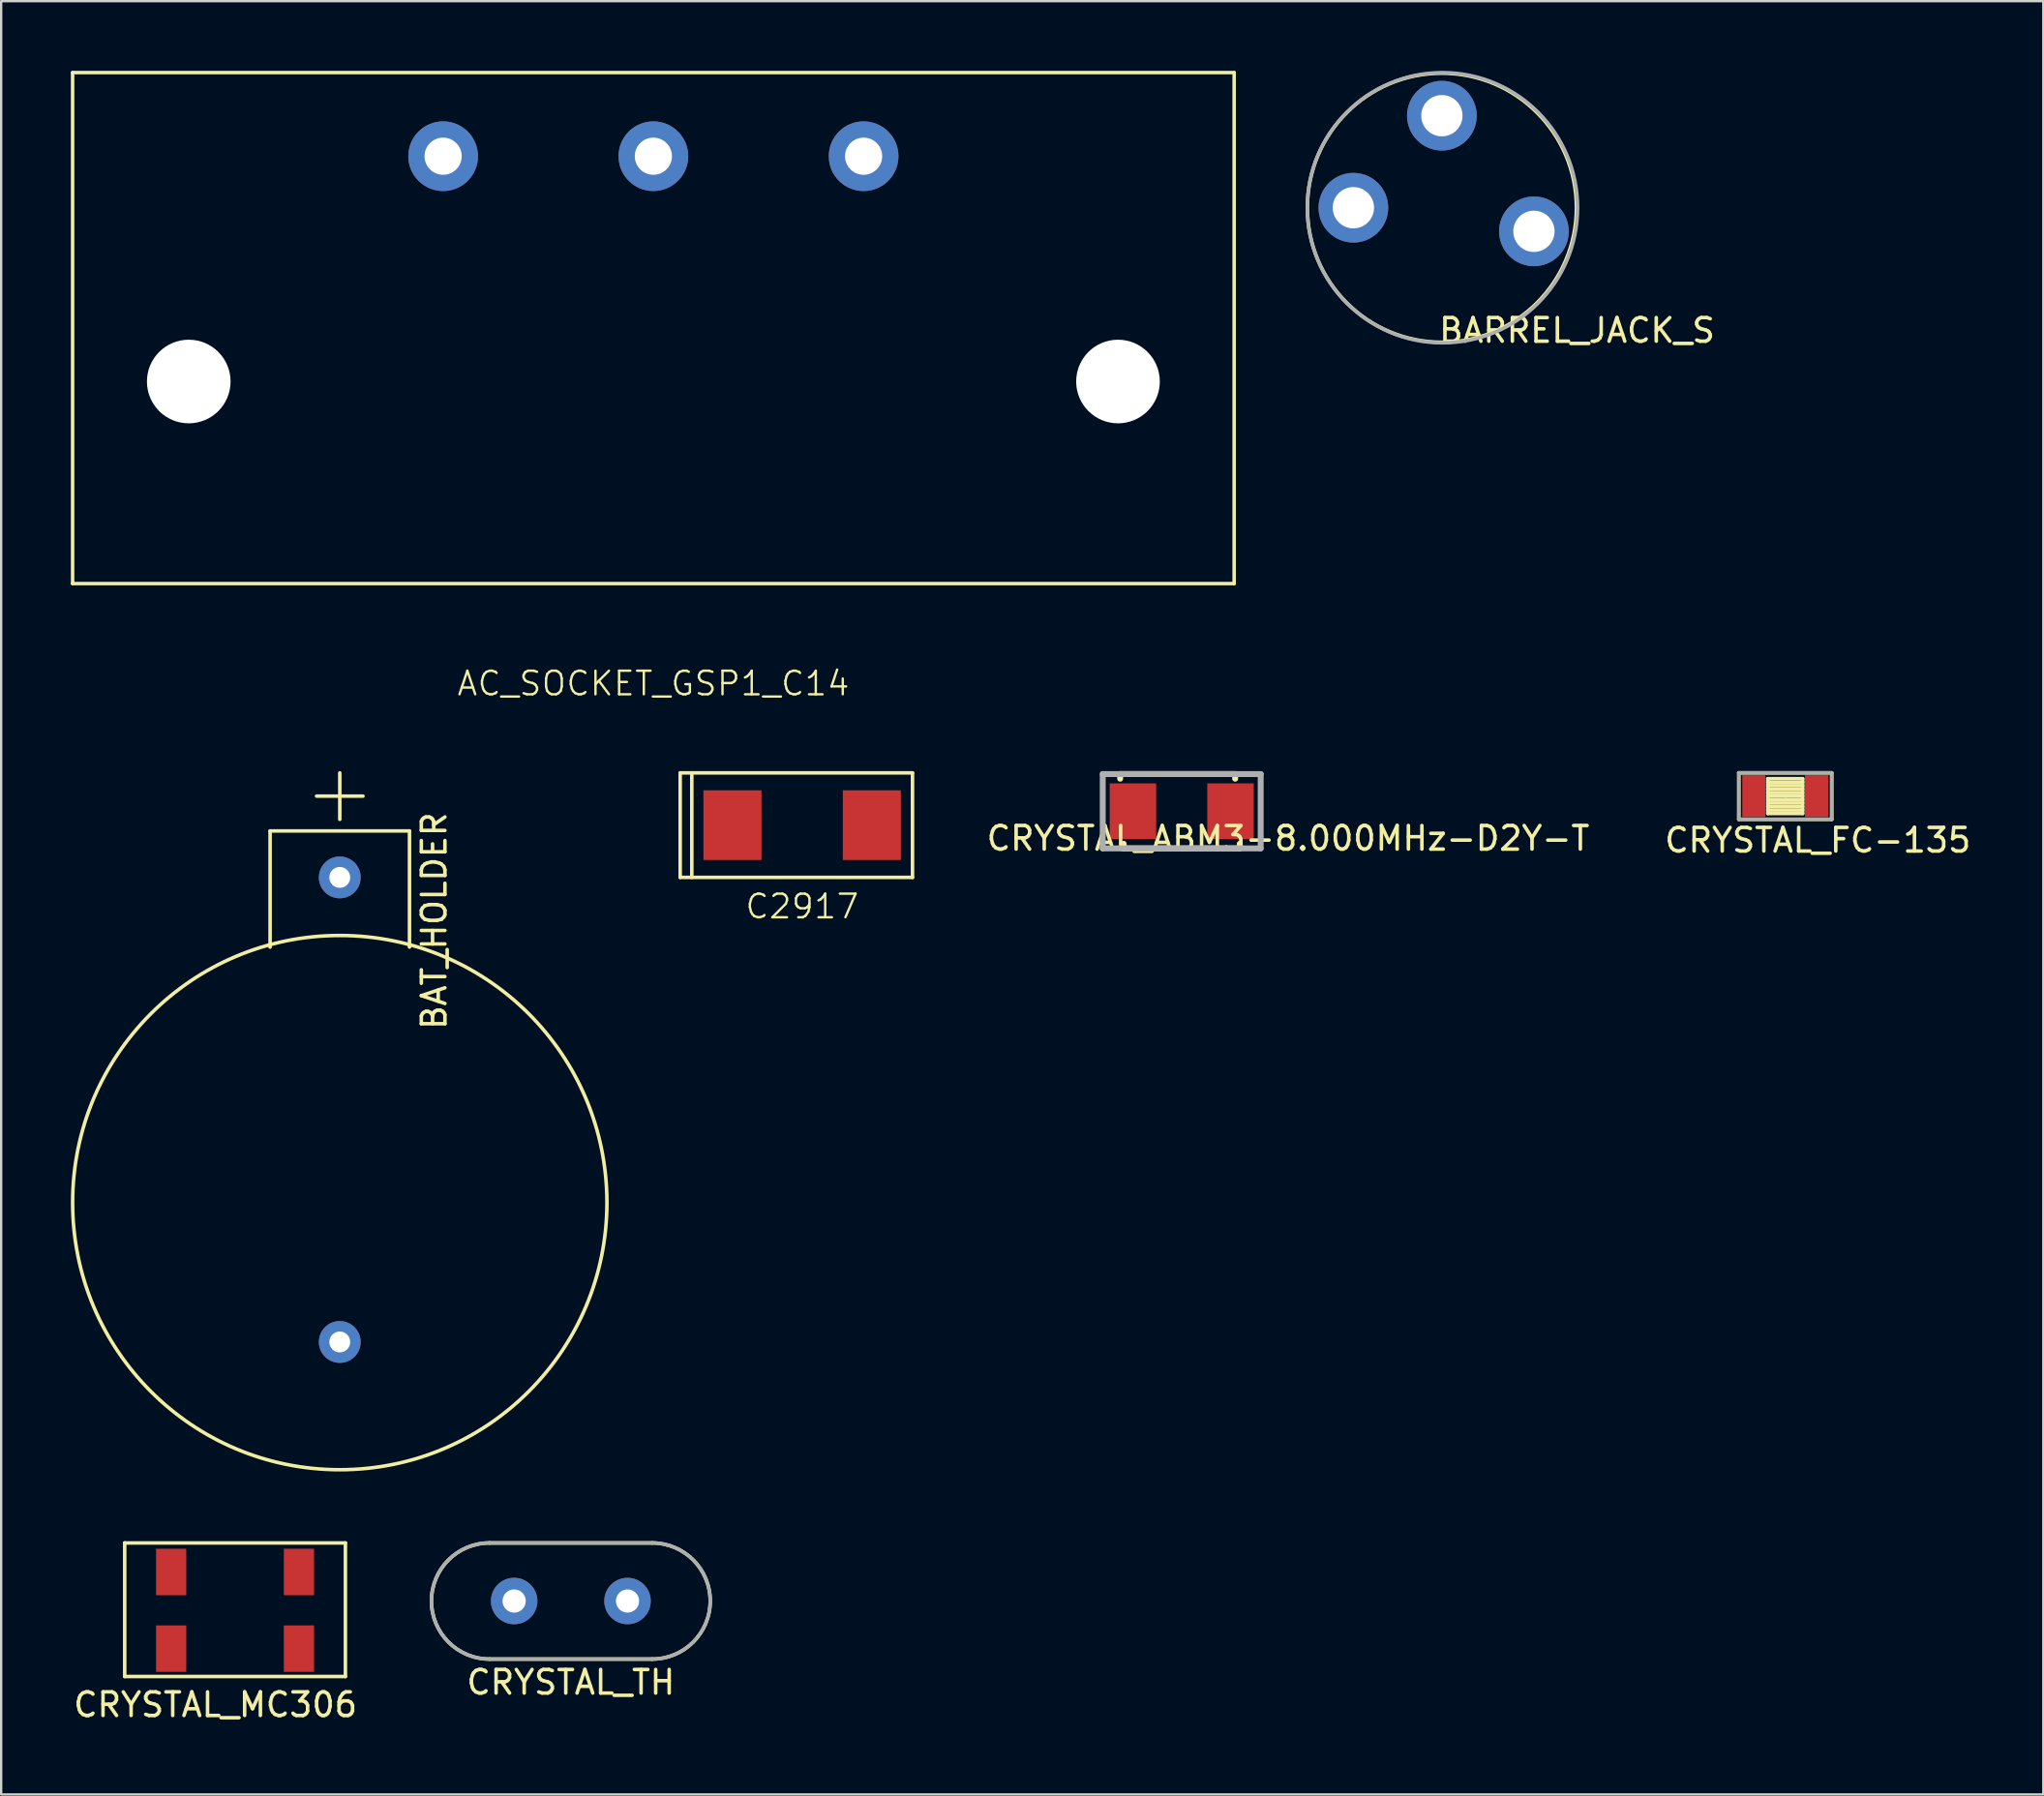
<source format=kicad_pcb>
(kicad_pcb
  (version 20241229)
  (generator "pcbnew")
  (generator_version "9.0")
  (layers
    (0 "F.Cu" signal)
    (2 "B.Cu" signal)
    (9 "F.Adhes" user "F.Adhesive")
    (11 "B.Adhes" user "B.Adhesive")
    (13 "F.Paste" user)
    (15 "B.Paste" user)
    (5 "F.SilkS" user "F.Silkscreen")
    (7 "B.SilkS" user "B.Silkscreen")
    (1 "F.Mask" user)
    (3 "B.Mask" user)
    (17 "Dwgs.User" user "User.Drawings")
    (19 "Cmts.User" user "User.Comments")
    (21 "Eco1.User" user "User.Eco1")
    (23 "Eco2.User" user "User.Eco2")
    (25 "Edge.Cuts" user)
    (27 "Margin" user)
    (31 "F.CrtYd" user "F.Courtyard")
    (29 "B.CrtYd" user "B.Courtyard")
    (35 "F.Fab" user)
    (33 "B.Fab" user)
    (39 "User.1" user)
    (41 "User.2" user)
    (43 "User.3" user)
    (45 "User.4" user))
  (footprint "BAT_HOLDER"
    (layer "F.Cu")
    (at 11.576 44.724)
    (property "Reference" "BAT_HOLDER" (at 4.064 -8.128 90) (layer "F.SilkS") (effects (font (size 1.016 1.016) (thickness 0.152))))
    (attr through_hole)
    (fp_line (start -3 -12) (end -3 -7) (stroke (width 0.152) (type solid)) (layer "F.SilkS"))
    (fp_line (start -1 -13.5) (end 1 -13.5) (stroke (width 0.152) (type solid)) (layer "F.SilkS"))
    (fp_line (start 0 -14.5) (end 0 -12.5) (stroke (width 0.152) (type solid)) (layer "F.SilkS"))
    (fp_line (start 3 -12) (end -3 -12) (stroke (width 0.152) (type solid)) (layer "F.SilkS"))
    (fp_line (start 3 -12) (end 3 -7) (stroke (width 0.152) (type solid)) (layer "F.SilkS"))
    (fp_circle (center 0 4) (end 0 15.5) (stroke (width 0.152) (type solid)) (fill no) (layer "F.SilkS"))
    (pad "1" thru_hole circle (at 0 -10) (size 1.8 1.8) (drill 0.9) (layers "*.Cu" "*.Mask"))
    (pad "2" thru_hole circle (at 0 10) (size 1.8 1.8) (drill 0.9) (layers "*.Cu" "*.Mask")))
  (footprint "BARREL_JACK_S"
    (layer "F.Cu")
    (at 55.207 5.893)
    (property "Reference" "BARREL_JACK_S" (at 9.627 5.283 0) (layer "F.SilkS") (effects (font (size 1.016 1.016) (thickness 0.152))))
    (attr through_hole)
    (fp_circle (center 3.81 0) (end -1.981 0) (stroke (width 0.152) (type solid)) (fill no) (layer "F.SilkS"))
    (fp_circle (center 3.835 0) (end -1.981 0) (stroke (width 0.152) (type solid)) (fill no) (layer "F.Fab"))
    (pad "1" thru_hole circle (at 7.772 1.016) (size 3 3) (drill 1.778) (layers "*.Cu" "*.Mask"))
    (pad "2" thru_hole circle (at 3.81 -3.962) (size 3 3) (drill 1.778) (layers "*.Cu" "*.Mask"))
    (pad "3" thru_hole circle (at 0 0) (size 3 3) (drill 1.778) (layers "*.Cu" "*.Mask")))
  (footprint "CRYSTAL_MC306"
    (layer "F.Cu")
    (at 4.318 64.626)
    (property "Reference" "CRYSTAL_MC306" (at 1.905 5.715 0) (layer "F.SilkS") (effects (font (size 1.016 1.016) (thickness 0.152))))
    (attr smd)
    (fp_line (start -2 4.5) (end -2 -1.25) (stroke (width 0.152) (type solid)) (layer "F.SilkS"))
    (fp_line (start -2 4.5) (end 7.5 4.5) (stroke (width 0.152) (type solid)) (layer "F.SilkS"))
    (fp_line (start 7.5 -1.25) (end -2 -1.25) (stroke (width 0.152) (type solid)) (layer "F.SilkS"))
    (fp_line (start 7.5 -1.25) (end 7.5 4.5) (stroke (width 0.152) (type solid)) (layer "F.SilkS"))
    (pad "1" smd rect (at 0 3.3) (size 1.3 2) (layers "F.Cu" "F.Mask" "F.Paste"))
    (pad "2" smd rect (at 5.5 3.3) (size 1.3 2) (layers "F.Cu" "F.Mask" "F.Paste"))
    (pad "3" smd rect (at 5.5 0) (size 1.3 2) (layers "F.Cu" "F.Mask" "F.Paste"))
    (pad "4" smd rect (at 0 0) (size 1.3 2) (layers "F.Cu" "F.Mask" "F.Paste")))
  (footprint "CRYSTAL_ABM3-8.000MHz-D2Y-T"
    (layer "F.Cu")
    (at 47.818 31.875)
    (property "Reference" "CRYSTAL_ABM3-8.000MHz-D2Y-T" (at 4.58 1.167 180) (layer "F.SilkS") (effects (font (size 1.016 1.016) (thickness 0.152))))
    (attr smd)
    (fp_line (start -2.65 -1.6) (end -2.65 -1.4) (stroke (width 0.254) (type solid)) (layer "F.SilkS"))
    (fp_line (start -2.65 -1.6) (end 2.3 -1.6) (stroke (width 0.254) (type solid)) (layer "F.SilkS"))
    (fp_line (start -2.5 1.6) (end -2.5 1.4) (stroke (width 0.254) (type solid)) (layer "F.SilkS"))
    (fp_line (start -2.5 1.6) (end 2.5 1.6) (stroke (width 0.254) (type solid)) (layer "F.SilkS"))
    (fp_line (start 2.3 -1.6) (end 2.3 -1.4) (stroke (width 0.254) (type solid)) (layer "F.SilkS"))
    (fp_line (start 2.5 1.6) (end 2.5 1.4) (stroke (width 0.254) (type solid)) (layer "F.SilkS"))
    (fp_line (start -3.4 -1.6) (end -3.4 1.6) (stroke (width 0.254) (type solid)) (layer "F.Fab"))
    (fp_line (start -3.4 -1.6) (end 3.4 -1.6) (stroke (width 0.254) (type solid)) (layer "F.Fab"))
    (fp_line (start -3.4 1.6) (end 3.4 1.6) (stroke (width 0.254) (type solid)) (layer "F.Fab"))
    (fp_line (start 3.4 1.6) (end 3.4 -1.6) (stroke (width 0.254) (type solid)) (layer "F.Fab"))
    (pad "1" smd rect (at -2.1 0) (size 2 2.4) (layers "F.Cu" "F.Mask" "F.Paste"))
    (pad "2" smd rect (at 2.1 0) (size 2 2.4) (layers "F.Cu" "F.Mask" "F.Paste")))
  (footprint "AC_SOCKET_GSP1_C14"
    (layer "F.Cu")
    (at 25.075 13.375)
    (property "Reference" "AC_SOCKET_GSP1_C14" (at 0 13 0) (layer "F.SilkS") (effects (font (size 1.016 1.016) (thickness 0.102))))
    (attr through_hole)
    (fp_line (start -25 -13.3) (end -25 8.7) (stroke (width 0.15) (type solid)) (layer "F.SilkS"))
    (fp_line (start -25 8.7) (end 25 8.7) (stroke (width 0.15) (type solid)) (layer "F.SilkS"))
    (fp_line (start 25 -13.3) (end -25 -13.3) (stroke (width 0.15) (type solid)) (layer "F.SilkS"))
    (fp_line (start 25 8.7) (end 25 -13.3) (stroke (width 0.15) (type solid)) (layer "F.SilkS"))
    (pad "" np_thru_hole circle (at -20 0) (size 3.6 3.6) (drill 3.6) (layers "*.Cu" "*.Mask"))
    (pad "" np_thru_hole circle (at 20 0) (size 3.6 3.6) (drill 3.6) (layers "*.Cu" "*.Mask"))
    (pad "1" thru_hole circle (at -9.05 -9.7) (size 3 3) (drill 1.6) (layers "*.Cu" "*.Mask"))
    (pad "2" thru_hole circle (at 0 -9.7) (size 3 3) (drill 1.6) (layers "*.Cu" "*.Mask"))
    (pad "3" thru_hole circle (at 9.05 -9.7) (size 3 3) (drill 1.6) (layers "*.Cu" "*.Mask")))
  (footprint "CRYSTAL_FC-135"
    (layer "F.Cu")
    (at 73.798 31.224)
    (property "Reference" "CRYSTAL_FC-135" (at 1.4 1.9 180) (layer "F.SilkS") (effects (font (size 1.016 1.016) (thickness 0.152))))
    (attr smd)
    (fp_line (start -2 -1) (end 2 -1) (stroke (width 0.152) (type solid)) (layer "F.SilkS"))
    (fp_line (start -2 1) (end -2 -1) (stroke (width 0.152) (type solid)) (layer "F.SilkS"))
    (fp_line (start -0.75 -0.75) (end -0.75 0.75) (stroke (width 0.152) (type solid)) (layer "F.SilkS"))
    (fp_line (start -0.75 -0.75) (end 0.75 -0.75) (stroke (width 0.152) (type solid)) (layer "F.SilkS"))
    (fp_line (start -0.75 -0.3) (end 0.75 -0.3) (stroke (width 0.152) (type solid)) (layer "F.SilkS"))
    (fp_line (start -0.75 -0.15) (end 0.75 -0.15) (stroke (width 0.152) (type solid)) (layer "F.SilkS"))
    (fp_line (start -0.75 0.15) (end 0.75 0.15) (stroke (width 0.152) (type solid)) (layer "F.SilkS"))
    (fp_line (start -0.75 0.3) (end 0.75 0.3) (stroke (width 0.152) (type solid)) (layer "F.SilkS"))
    (fp_line (start -0.75 0.6) (end 0.75 0.6) (stroke (width 0.152) (type solid)) (layer "F.SilkS"))
    (fp_line (start 0 0) (end -0.75 0) (stroke (width 0.152) (type solid)) (layer "F.SilkS"))
    (fp_line (start 0 0) (end 0.75 0) (stroke (width 0.152) (type solid)) (layer "F.SilkS"))
    (fp_line (start 0.75 -0.6) (end -0.75 -0.6) (stroke (width 0.152) (type solid)) (layer "F.SilkS"))
    (fp_line (start 0.75 -0.45) (end -0.75 -0.45) (stroke (width 0.152) (type solid)) (layer "F.SilkS"))
    (fp_line (start 0.75 0.45) (end -0.75 0.45) (stroke (width 0.152) (type solid)) (layer "F.SilkS"))
    (fp_line (start 0.75 0.75) (end -0.75 0.75) (stroke (width 0.152) (type solid)) (layer "F.SilkS"))
    (fp_line (start 0.75 0.75) (end 0.75 -0.75) (stroke (width 0.152) (type solid)) (layer "F.SilkS"))
    (fp_line (start 2 -1) (end 2 1) (stroke (width 0.152) (type solid)) (layer "F.SilkS"))
    (fp_line (start 2 1) (end -2 1) (stroke (width 0.152) (type solid)) (layer "F.SilkS"))
    (fp_line (start -2 -1) (end -2 1) (stroke (width 0.152) (type solid)) (layer "F.Fab"))
    (fp_line (start -2 1) (end 2 1) (stroke (width 0.152) (type solid)) (layer "F.Fab"))
    (fp_line (start 2 -1) (end -2 -1) (stroke (width 0.152) (type solid)) (layer "F.Fab"))
    (fp_line (start 2 1) (end 2 -1) (stroke (width 0.152) (type solid)) (layer "F.Fab"))
    (pad "1" smd rect (at -1.35 0) (size 1 1.8) (layers "F.Cu" "F.Mask" "F.Paste"))
    (pad "2" smd rect (at 1.35 0) (size 1 1.8) (layers "F.Cu" "F.Mask" "F.Paste")))
  (footprint "CRYSTAL_TH"
    (layer "F.Cu")
    (at 21.522 65.876)
    (property "Reference" "CRYSTAL_TH" (at 0 3.5 0) (layer "F.SilkS") (effects (font (size 1.016 1.016) (thickness 0.152))))
    (attr through_hole)
    (fp_line (start -3.5 -2.5) (end 3.5 -2.5) (stroke (width 0.152) (type solid)) (layer "F.SilkS"))
    (fp_line (start 3.5 2.5) (end -3.5 2.5) (stroke (width 0.152) (type solid)) (layer "F.SilkS"))
    (fp_arc (start -3.5 2.5) (mid -6 0) (end -3.5 -2.5) (stroke (width 0.1524) (type solid)) (layer "F.SilkS"))
    (fp_arc (start 3.5 -2.5) (mid 6 0) (end 3.5 2.5) (stroke (width 0.1524) (type solid)) (layer "F.SilkS"))
    (fp_line (start -3.5 -2.5) (end 3.5 -2.5) (stroke (width 0.152) (type solid)) (layer "F.Fab"))
    (fp_line (start 3.5 2.5) (end -3.5 2.5) (stroke (width 0.152) (type solid)) (layer "F.Fab"))
    (fp_arc (start -3.5 2.5) (mid -6 0) (end -3.5 -2.5) (stroke (width 0.1524) (type solid)) (layer "F.Fab"))
    (fp_arc (start 3.5 -2.5) (mid 6 0) (end 3.5 2.5) (stroke (width 0.1524) (type solid)) (layer "F.Fab"))
    (pad "1" thru_hole circle (at -2.44 0) (size 2 2) (drill 1) (layers "*.Cu" "*.Mask"))
    (pad "2" thru_hole circle (at 2.44 0) (size 2 2) (drill 1) (layers "*.Cu" "*.Mask")))
  (footprint "C2917"
    (layer "F.Cu")
    (at 31.479 32.474)
    (property "Reference" "C2917" (at 0 3.5 0) (layer "F.SilkS") (effects (font (size 1.016 1.016) (thickness 0.102))))
    (attr through_hole)
    (fp_line (start -5.25 -2.25) (end -5.25 2.25) (stroke (width 0.152) (type solid)) (layer "F.SilkS"))
    (fp_line (start -5.25 -2.25) (end 4.75 -2.25) (stroke (width 0.152) (type solid)) (layer "F.SilkS"))
    (fp_line (start -5.25 2.25) (end 4.75 2.25) (stroke (width 0.152) (type solid)) (layer "F.SilkS"))
    (fp_line (start -4.75 -2.25) (end -4.75 2.25) (stroke (width 0.152) (type solid)) (layer "F.SilkS"))
    (fp_line (start 4.75 -2.25) (end 4.75 2.25) (stroke (width 0.152) (type solid)) (layer "F.SilkS"))
    (pad "1" smd rect (at -3 0) (size 2.5 3) (layers "F.Cu" "F.Mask" "F.Paste"))
    (pad "2" smd rect (at 3 0) (size 2.5 3) (layers "F.Cu" "F.Mask" "F.Paste")))
  (gr_rect
    (start -3 -3)
    (end 84.905 74.203)
    (stroke (width 0.1) (type default))
    (fill no)
    (layer "Edge.Cuts")))
</source>
